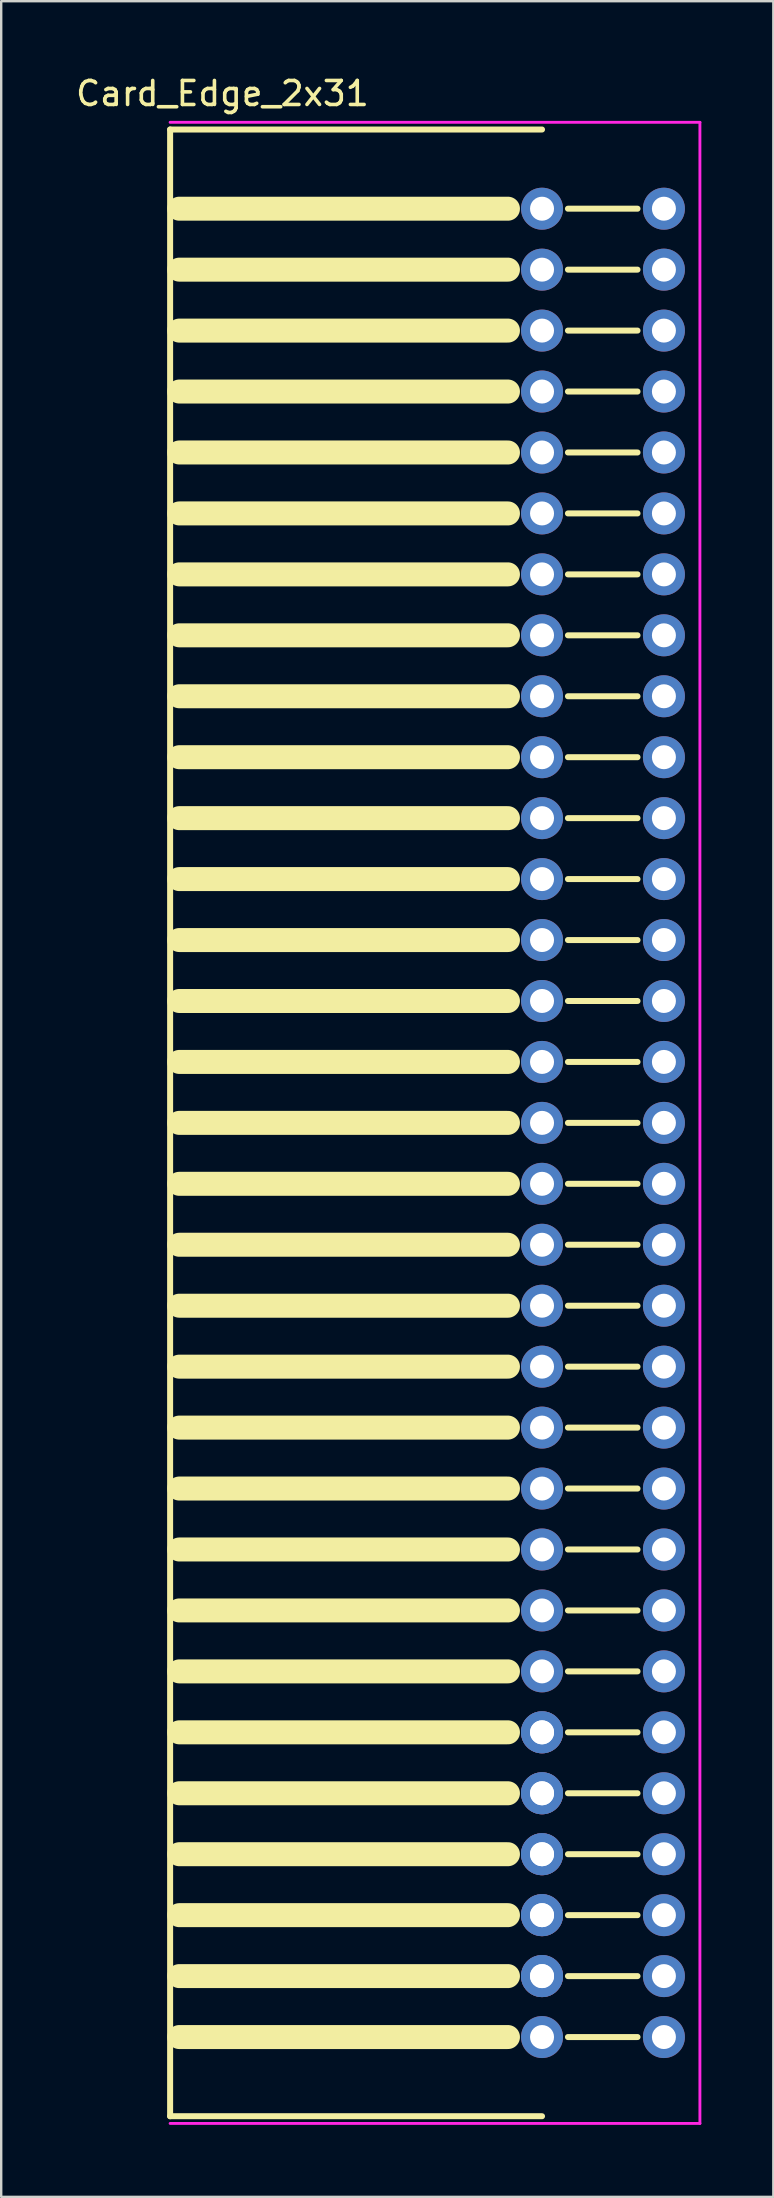
<source format=kicad_pcb>
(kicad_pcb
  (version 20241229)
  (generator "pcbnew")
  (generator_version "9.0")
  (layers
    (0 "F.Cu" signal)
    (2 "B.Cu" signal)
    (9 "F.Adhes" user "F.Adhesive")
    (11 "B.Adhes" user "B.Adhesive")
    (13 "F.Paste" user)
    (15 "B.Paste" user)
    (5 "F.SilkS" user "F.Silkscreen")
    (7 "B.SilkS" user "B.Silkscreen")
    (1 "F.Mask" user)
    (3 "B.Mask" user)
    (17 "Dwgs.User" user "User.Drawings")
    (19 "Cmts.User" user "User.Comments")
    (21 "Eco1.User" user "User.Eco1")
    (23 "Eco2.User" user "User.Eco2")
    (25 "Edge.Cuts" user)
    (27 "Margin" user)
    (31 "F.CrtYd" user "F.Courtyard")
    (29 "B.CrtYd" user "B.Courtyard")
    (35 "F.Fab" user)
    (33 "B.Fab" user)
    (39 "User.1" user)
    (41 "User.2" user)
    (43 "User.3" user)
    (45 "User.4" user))
  (footprint "Card_Edge_2x31"
    (layer "F.Cu")
    (at 24.62 5.648)
    (property "Reference" "Card_Edge_2x31" (at -18.4 -4.8 0) (layer "F.SilkS") (effects (font (size 1 1) (thickness 0.15))))
    (attr through_hole)
    (fp_line (start -20.58 -3.3) (end -20.58 79.5) (stroke (width 0.25) (type solid)) (layer "F.SilkS"))
    (fp_line (start -20.58 -3.3) (end -5.08 -3.3) (stroke (width 0.25) (type solid)) (layer "F.SilkS"))
    (fp_line (start -20.58 79.5) (end -5.08 79.5) (stroke (width 0.25) (type solid)) (layer "F.SilkS"))
    (fp_line (start -20.2 0) (end -6.5 0) (stroke (width 1) (type solid)) (layer "F.SilkS"))
    (fp_line (start -20.2 2.54) (end -6.5 2.54) (stroke (width 1) (type solid)) (layer "F.SilkS"))
    (fp_line (start -20.2 5.08) (end -6.5 5.08) (stroke (width 1) (type solid)) (layer "F.SilkS"))
    (fp_line (start -20.2 7.62) (end -6.5 7.62) (stroke (width 1) (type solid)) (layer "F.SilkS"))
    (fp_line (start -20.2 10.16) (end -6.5 10.16) (stroke (width 1) (type solid)) (layer "F.SilkS"))
    (fp_line (start -20.2 12.7) (end -6.5 12.7) (stroke (width 1) (type solid)) (layer "F.SilkS"))
    (fp_line (start -20.2 15.24) (end -6.5 15.24) (stroke (width 1) (type solid)) (layer "F.SilkS"))
    (fp_line (start -20.2 17.78) (end -6.5 17.78) (stroke (width 1) (type solid)) (layer "F.SilkS"))
    (fp_line (start -20.2 20.32) (end -6.5 20.32) (stroke (width 1) (type solid)) (layer "F.SilkS"))
    (fp_line (start -20.2 22.86) (end -6.5 22.86) (stroke (width 1) (type solid)) (layer "F.SilkS"))
    (fp_line (start -20.2 25.4) (end -6.5 25.4) (stroke (width 1) (type solid)) (layer "F.SilkS"))
    (fp_line (start -20.2 27.94) (end -6.5 27.94) (stroke (width 1) (type solid)) (layer "F.SilkS"))
    (fp_line (start -20.2 30.48) (end -6.5 30.48) (stroke (width 1) (type solid)) (layer "F.SilkS"))
    (fp_line (start -20.2 33.02) (end -6.5 33.02) (stroke (width 1) (type solid)) (layer "F.SilkS"))
    (fp_line (start -20.2 35.56) (end -6.5 35.56) (stroke (width 1) (type solid)) (layer "F.SilkS"))
    (fp_line (start -20.2 38.1) (end -6.5 38.1) (stroke (width 1) (type solid)) (layer "F.SilkS"))
    (fp_line (start -20.2 40.64) (end -6.5 40.64) (stroke (width 1) (type solid)) (layer "F.SilkS"))
    (fp_line (start -20.2 43.18) (end -6.5 43.18) (stroke (width 1) (type solid)) (layer "F.SilkS"))
    (fp_line (start -20.2 45.72) (end -6.5 45.72) (stroke (width 1) (type solid)) (layer "F.SilkS"))
    (fp_line (start -20.2 48.26) (end -6.5 48.26) (stroke (width 1) (type solid)) (layer "F.SilkS"))
    (fp_line (start -20.2 50.8) (end -6.5 50.8) (stroke (width 1) (type solid)) (layer "F.SilkS"))
    (fp_line (start -20.2 53.34) (end -6.5 53.34) (stroke (width 1) (type solid)) (layer "F.SilkS"))
    (fp_line (start -20.2 55.88) (end -6.5 55.88) (stroke (width 1) (type solid)) (layer "F.SilkS"))
    (fp_line (start -20.2 58.42) (end -6.5 58.42) (stroke (width 1) (type solid)) (layer "F.SilkS"))
    (fp_line (start -20.2 60.96) (end -6.5 60.96) (stroke (width 1) (type solid)) (layer "F.SilkS"))
    (fp_line (start -20.2 63.5) (end -6.5 63.5) (stroke (width 1) (type solid)) (layer "F.SilkS"))
    (fp_line (start -20.2 66.04) (end -6.5 66.04) (stroke (width 1) (type solid)) (layer "F.SilkS"))
    (fp_line (start -20.2 68.58) (end -6.5 68.58) (stroke (width 1) (type solid)) (layer "F.SilkS"))
    (fp_line (start -20.2 71.12) (end -6.5 71.12) (stroke (width 1) (type solid)) (layer "F.SilkS"))
    (fp_line (start -20.2 73.66) (end -6.5 73.66) (stroke (width 1) (type solid)) (layer "F.SilkS"))
    (fp_line (start -20.2 76.2) (end -6.5 76.2) (stroke (width 1) (type solid)) (layer "F.SilkS"))
    (fp_line (start -4 0) (end -1.1 0) (stroke (width 0.25) (type solid)) (layer "F.SilkS"))
    (fp_line (start -4 2.54) (end -1.1 2.54) (stroke (width 0.25) (type solid)) (layer "F.SilkS"))
    (fp_line (start -4 5.08) (end -1.1 5.08) (stroke (width 0.25) (type solid)) (layer "F.SilkS"))
    (fp_line (start -4 7.62) (end -1.1 7.62) (stroke (width 0.25) (type solid)) (layer "F.SilkS"))
    (fp_line (start -4 10.16) (end -1.1 10.16) (stroke (width 0.25) (type solid)) (layer "F.SilkS"))
    (fp_line (start -4 12.7) (end -1.1 12.7) (stroke (width 0.25) (type solid)) (layer "F.SilkS"))
    (fp_line (start -4 15.24) (end -1.1 15.24) (stroke (width 0.25) (type solid)) (layer "F.SilkS"))
    (fp_line (start -4 17.78) (end -1.1 17.78) (stroke (width 0.25) (type solid)) (layer "F.SilkS"))
    (fp_line (start -4 20.32) (end -1.1 20.32) (stroke (width 0.25) (type solid)) (layer "F.SilkS"))
    (fp_line (start -4 22.86) (end -1.1 22.86) (stroke (width 0.25) (type solid)) (layer "F.SilkS"))
    (fp_line (start -4 25.4) (end -1.1 25.4) (stroke (width 0.25) (type solid)) (layer "F.SilkS"))
    (fp_line (start -4 27.94) (end -1.1 27.94) (stroke (width 0.25) (type solid)) (layer "F.SilkS"))
    (fp_line (start -4 30.48) (end -1.1 30.48) (stroke (width 0.25) (type solid)) (layer "F.SilkS"))
    (fp_line (start -4 33.02) (end -1.1 33.02) (stroke (width 0.25) (type solid)) (layer "F.SilkS"))
    (fp_line (start -4 35.56) (end -1.1 35.56) (stroke (width 0.25) (type solid)) (layer "F.SilkS"))
    (fp_line (start -4 38.1) (end -1.1 38.1) (stroke (width 0.25) (type solid)) (layer "F.SilkS"))
    (fp_line (start -4 40.64) (end -1.1 40.64) (stroke (width 0.25) (type solid)) (layer "F.SilkS"))
    (fp_line (start -4 43.18) (end -1.1 43.18) (stroke (width 0.25) (type solid)) (layer "F.SilkS"))
    (fp_line (start -4 45.72) (end -1.1 45.72) (stroke (width 0.25) (type solid)) (layer "F.SilkS"))
    (fp_line (start -4 48.26) (end -1.1 48.26) (stroke (width 0.25) (type solid)) (layer "F.SilkS"))
    (fp_line (start -4 50.8) (end -1.1 50.8) (stroke (width 0.25) (type solid)) (layer "F.SilkS"))
    (fp_line (start -4 53.34) (end -1.1 53.34) (stroke (width 0.25) (type solid)) (layer "F.SilkS"))
    (fp_line (start -4 55.88) (end -1.1 55.88) (stroke (width 0.25) (type solid)) (layer "F.SilkS"))
    (fp_line (start -4 58.42) (end -1.1 58.42) (stroke (width 0.25) (type solid)) (layer "F.SilkS"))
    (fp_line (start -4 60.96) (end -1.1 60.96) (stroke (width 0.25) (type solid)) (layer "F.SilkS"))
    (fp_line (start -4 63.5) (end -1.1 63.5) (stroke (width 0.25) (type solid)) (layer "F.SilkS"))
    (fp_line (start -4 66.04) (end -1.1 66.04) (stroke (width 0.25) (type solid)) (layer "F.SilkS"))
    (fp_line (start -4 68.58) (end -1.1 68.58) (stroke (width 0.25) (type solid)) (layer "F.SilkS"))
    (fp_line (start -4 71.12) (end -1.1 71.12) (stroke (width 0.25) (type solid)) (layer "F.SilkS"))
    (fp_line (start -4 73.66) (end -1.1 73.66) (stroke (width 0.25) (type solid)) (layer "F.SilkS"))
    (fp_line (start -4 76.2) (end -1.1 76.2) (stroke (width 0.25) (type solid)) (layer "F.SilkS"))
    (fp_line (start -20.58 -3.6) (end 1.5 -3.6) (stroke (width 0.12) (type solid)) (layer "F.CrtYd"))
    (fp_line (start -20.58 79.8) (end 1.5 79.8) (stroke (width 0.12) (type solid)) (layer "F.CrtYd"))
    (fp_line (start 1.5 79.8) (end 1.5 -3.6) (stroke (width 0.12) (type solid)) (layer "F.CrtYd"))
    (pad "1" thru_hole circle (at -5.08 0) (size 1.75 1.75) (drill 1) (layers "*.Cu" "*.Mask"))
    (pad "2" thru_hole circle (at -5.08 2.54) (size 1.75 1.75) (drill 1) (layers "*.Cu" "*.Mask"))
    (pad "3" thru_hole circle (at -5.08 5.08) (size 1.75 1.75) (drill 1) (layers "*.Cu" "*.Mask"))
    (pad "4" thru_hole circle (at -5.08 7.62) (size 1.75 1.75) (drill 1) (layers "*.Cu" "*.Mask"))
    (pad "5" thru_hole circle (at -5.08 10.16) (size 1.75 1.75) (drill 1) (layers "*.Cu" "*.Mask"))
    (pad "6" thru_hole circle (at -5.08 12.7) (size 1.75 1.75) (drill 1) (layers "*.Cu" "*.Mask"))
    (pad "7" thru_hole circle (at -5.08 15.24) (size 1.75 1.75) (drill 1) (layers "*.Cu" "*.Mask"))
    (pad "8" thru_hole circle (at -5.08 17.78) (size 1.75 1.75) (drill 1) (layers "*.Cu" "*.Mask"))
    (pad "9" thru_hole circle (at -5.08 20.32) (size 1.75 1.75) (drill 1) (layers "*.Cu" "*.Mask"))
    (pad "10" thru_hole circle (at -5.08 22.86) (size 1.75 1.75) (drill 1) (layers "*.Cu" "*.Mask"))
    (pad "11" thru_hole circle (at -5.08 25.4) (size 1.75 1.75) (drill 1) (layers "*.Cu" "*.Mask"))
    (pad "12" thru_hole circle (at -5.08 27.94) (size 1.75 1.75) (drill 1) (layers "*.Cu" "*.Mask"))
    (pad "13" thru_hole circle (at -5.08 30.48) (size 1.75 1.75) (drill 1) (layers "*.Cu" "*.Mask"))
    (pad "14" thru_hole circle (at -5.08 33.02) (size 1.75 1.75) (drill 1) (layers "*.Cu" "*.Mask"))
    (pad "15" thru_hole circle (at -5.08 35.56) (size 1.75 1.75) (drill 1) (layers "*.Cu" "*.Mask"))
    (pad "16" thru_hole circle (at -5.08 38.1) (size 1.75 1.75) (drill 1) (layers "*.Cu" "*.Mask"))
    (pad "17" thru_hole circle (at -5.08 40.64) (size 1.75 1.75) (drill 1) (layers "*.Cu" "*.Mask"))
    (pad "18" thru_hole circle (at -5.08 43.18) (size 1.75 1.75) (drill 1) (layers "*.Cu" "*.Mask"))
    (pad "19" thru_hole circle (at -5.08 45.72) (size 1.75 1.75) (drill 1) (layers "*.Cu" "*.Mask"))
    (pad "20" thru_hole circle (at -5.08 48.26) (size 1.75 1.75) (drill 1) (layers "*.Cu" "*.Mask"))
    (pad "21" thru_hole circle (at -5.08 50.8) (size 1.75 1.75) (drill 1) (layers "*.Cu" "*.Mask"))
    (pad "21" thru_hole circle (at -5.08 63.5) (size 1.75 1.75) (drill 1) (layers "*.Cu" "*.Mask"))
    (pad "22" thru_hole circle (at -5.08 53.34) (size 1.75 1.75) (drill 1) (layers "*.Cu" "*.Mask"))
    (pad "22" thru_hole circle (at -5.08 66.04) (size 1.75 1.75) (drill 1) (layers "*.Cu" "*.Mask"))
    (pad "23" thru_hole circle (at -5.08 55.88) (size 1.75 1.75) (drill 1) (layers "*.Cu" "*.Mask"))
    (pad "23" thru_hole circle (at -5.08 68.58) (size 1.75 1.75) (drill 1) (layers "*.Cu" "*.Mask"))
    (pad "24" thru_hole circle (at -5.08 58.42) (size 1.75 1.75) (drill 1) (layers "*.Cu" "*.Mask"))
    (pad "24" thru_hole circle (at -5.08 71.12) (size 1.75 1.75) (drill 1) (layers "*.Cu" "*.Mask"))
    (pad "25" thru_hole circle (at -5.08 60.96) (size 1.75 1.75) (drill 1) (layers "*.Cu" "*.Mask"))
    (pad "25" thru_hole circle (at -5.08 73.66) (size 1.75 1.75) (drill 1) (layers "*.Cu" "*.Mask"))
    (pad "26" thru_hole circle (at -5.08 63.5) (size 1.75 1.75) (drill 1) (layers "*.Cu" "*.Mask"))
    (pad "27" thru_hole circle (at -5.08 66.04) (size 1.75 1.75) (drill 1) (layers "*.Cu" "*.Mask"))
    (pad "28" thru_hole circle (at -5.08 68.58) (size 1.75 1.75) (drill 1) (layers "*.Cu" "*.Mask"))
    (pad "29" thru_hole circle (at -5.08 71.12) (size 1.75 1.75) (drill 1) (layers "*.Cu" "*.Mask"))
    (pad "30" thru_hole circle (at -5.08 73.66) (size 1.75 1.75) (drill 1) (layers "*.Cu" "*.Mask"))
    (pad "31" thru_hole circle (at -5.08 76.2) (size 1.75 1.75) (drill 1) (layers "*.Cu" "*.Mask"))
    (pad "32" thru_hole circle (at 0 0) (size 1.75 1.75) (drill 1) (layers "*.Cu" "*.Mask"))
    (pad "33" thru_hole circle (at 0 2.54) (size 1.75 1.75) (drill 1) (layers "*.Cu" "*.Mask"))
    (pad "34" thru_hole circle (at 0 5.08) (size 1.75 1.75) (drill 1) (layers "*.Cu" "*.Mask"))
    (pad "35" thru_hole circle (at 0 7.62) (size 1.75 1.75) (drill 1) (layers "*.Cu" "*.Mask"))
    (pad "36" thru_hole circle (at 0 10.16) (size 1.75 1.75) (drill 1) (layers "*.Cu" "*.Mask"))
    (pad "37" thru_hole circle (at 0 12.7) (size 1.75 1.75) (drill 1) (layers "*.Cu" "*.Mask"))
    (pad "38" thru_hole circle (at 0 15.24) (size 1.75 1.75) (drill 1) (layers "*.Cu" "*.Mask"))
    (pad "39" thru_hole circle (at 0 17.78) (size 1.75 1.75) (drill 1) (layers "*.Cu" "*.Mask"))
    (pad "40" thru_hole circle (at 0 20.32) (size 1.75 1.75) (drill 1) (layers "*.Cu" "*.Mask"))
    (pad "41" thru_hole circle (at 0 22.86) (size 1.75 1.75) (drill 1) (layers "*.Cu" "*.Mask"))
    (pad "42" thru_hole circle (at 0 25.4) (size 1.75 1.75) (drill 1) (layers "*.Cu" "*.Mask"))
    (pad "43" thru_hole circle (at 0 27.94) (size 1.75 1.75) (drill 1) (layers "*.Cu" "*.Mask"))
    (pad "44" thru_hole circle (at 0 30.48) (size 1.75 1.75) (drill 1) (layers "*.Cu" "*.Mask"))
    (pad "45" thru_hole circle (at 0 33.02) (size 1.75 1.75) (drill 1) (layers "*.Cu" "*.Mask"))
    (pad "46" thru_hole circle (at 0 35.56) (size 1.75 1.75) (drill 1) (layers "*.Cu" "*.Mask"))
    (pad "47" thru_hole circle (at 0 38.1) (size 1.75 1.75) (drill 1) (layers "*.Cu" "*.Mask"))
    (pad "48" thru_hole circle (at 0 40.64) (size 1.75 1.75) (drill 1) (layers "*.Cu" "*.Mask"))
    (pad "49" thru_hole circle (at 0 43.18) (size 1.75 1.75) (drill 1) (layers "*.Cu" "*.Mask"))
    (pad "50" thru_hole circle (at 0 45.72) (size 1.75 1.75) (drill 1) (layers "*.Cu" "*.Mask"))
    (pad "51" thru_hole circle (at 0 48.26) (size 1.75 1.75) (drill 1) (layers "*.Cu" "*.Mask"))
    (pad "52" thru_hole circle (at 0 50.8) (size 1.75 1.75) (drill 1) (layers "*.Cu" "*.Mask"))
    (pad "53" thru_hole circle (at 0 53.34) (size 1.75 1.75) (drill 1) (layers "*.Cu" "*.Mask"))
    (pad "54" thru_hole circle (at 0 55.88) (size 1.75 1.75) (drill 1) (layers "*.Cu" "*.Mask"))
    (pad "55" thru_hole circle (at 0 58.42) (size 1.75 1.75) (drill 1) (layers "*.Cu" "*.Mask"))
    (pad "56" thru_hole circle (at 0 60.96) (size 1.75 1.75) (drill 1) (layers "*.Cu" "*.Mask"))
    (pad "57" thru_hole circle (at 0 63.5) (size 1.75 1.75) (drill 1) (layers "*.Cu" "*.Mask"))
    (pad "58" thru_hole circle (at 0 66.04) (size 1.75 1.75) (drill 1) (layers "*.Cu" "*.Mask"))
    (pad "59" thru_hole circle (at 0 68.58) (size 1.75 1.75) (drill 1) (layers "*.Cu" "*.Mask"))
    (pad "60" thru_hole circle (at 0 71.12) (size 1.75 1.75) (drill 1) (layers "*.Cu" "*.Mask"))
    (pad "61" thru_hole circle (at 0 73.66) (size 1.75 1.75) (drill 1) (layers "*.Cu" "*.Mask"))
    (pad "62" thru_hole circle (at 0 76.2) (size 1.75 1.75) (drill 1) (layers "*.Cu" "*.Mask")))
  (gr_rect
    (start -3 -3)
    (end 29.18 88.508)
    (stroke (width 0.1) (type default))
    (fill no)
    (layer "Edge.Cuts")))
</source>
